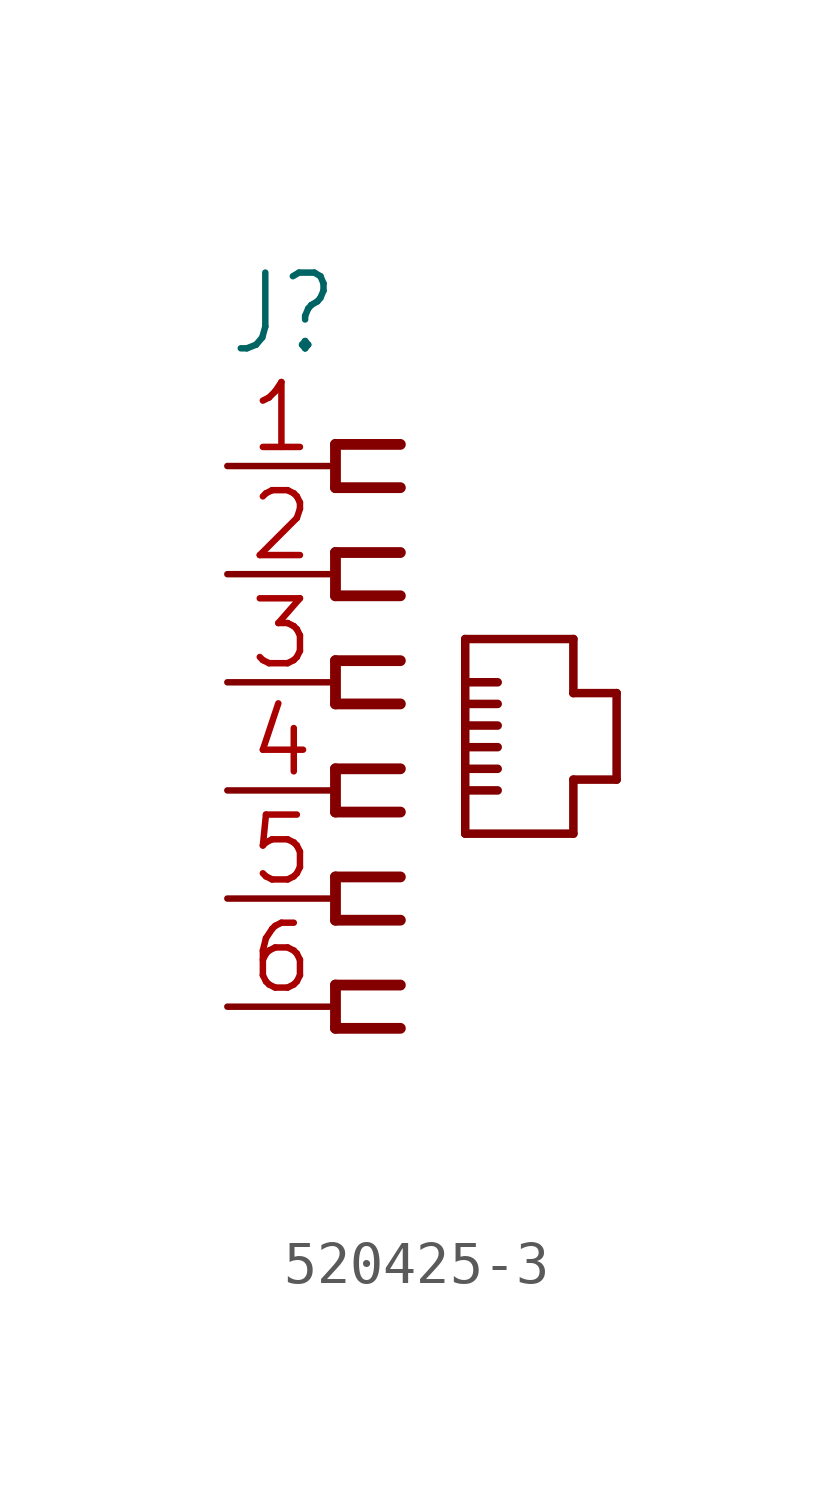
<source format=kicad_sym>
(kicad_symbol_lib
  (version 20241209)
  (generator "kicad_symbol_editor")
  (generator_version "9.0")
  (symbol "520425-3"
    (property "Reference" "J"
      (at -2.54 7.62 0)
      (effects (font (size 1.778 1.511)) (justify left bottom)))
    (property "Value" ""
      (at -2.54 -10.668 0)
      (effects (font (size 1.778 1.511)) (justify left bottom)))
    (property "ki_locked" ""
      (at 0 0 0)
      (effects (font (size 1.27 1.27))))
    (symbol "520425-3_1_0"
      (polyline (pts (xy 0 5.588) (xy 0 4.572)) (stroke (width 0.254) (type solid)) (fill (type none)))
      (polyline (pts (xy 0 4.572) (xy 1.524 4.572)) (stroke (width 0.254) (type solid)) (fill (type none)))
      (polyline (pts (xy 0 3.048) (xy 0 2.032)) (stroke (width 0.254) (type solid)) (fill (type none)))
      (polyline (pts (xy 0 2.032) (xy 1.524 2.032)) (stroke (width 0.254) (type solid)) (fill (type none)))
      (polyline (pts (xy 0 0.508) (xy 0 -0.508)) (stroke (width 0.254) (type solid)) (fill (type none)))
      (polyline (pts (xy 0 -0.508) (xy 1.524 -0.508)) (stroke (width 0.254) (type solid)) (fill (type none)))
      (polyline (pts (xy 0 -2.032) (xy 0 -3.048)) (stroke (width 0.254) (type solid)) (fill (type none)))
      (polyline (pts (xy 0 -3.048) (xy 1.524 -3.048)) (stroke (width 0.254) (type solid)) (fill (type none)))
      (polyline (pts (xy 0 -4.572) (xy 0 -5.588)) (stroke (width 0.254) (type solid)) (fill (type none)))
      (polyline (pts (xy 0 -5.588) (xy 1.524 -5.588)) (stroke (width 0.254) (type solid)) (fill (type none)))
      (polyline (pts (xy 0 -7.112) (xy 0 -8.128)) (stroke (width 0.254) (type solid)) (fill (type none)))
      (polyline (pts (xy 0 -8.128) (xy 1.524 -8.128)) (stroke (width 0.254) (type solid)) (fill (type none)))
      (polyline (pts (xy 1.524 5.588) (xy 0 5.588)) (stroke (width 0.254) (type solid)) (fill (type none)))
      (polyline (pts (xy 1.524 3.048) (xy 0 3.048)) (stroke (width 0.254) (type solid)) (fill (type none)))
      (polyline (pts (xy 1.524 0.508) (xy 0 0.508)) (stroke (width 0.254) (type solid)) (fill (type none)))
      (polyline (pts (xy 1.524 -2.032) (xy 0 -2.032)) (stroke (width 0.254) (type solid)) (fill (type none)))
      (polyline (pts (xy 1.524 -4.572) (xy 0 -4.572)) (stroke (width 0.254) (type solid)) (fill (type none)))
      (polyline (pts (xy 1.524 -7.112) (xy 0 -7.112)) (stroke (width 0.254) (type solid)) (fill (type none)))
      (polyline (pts (xy 3.048 1.016) (xy 3.048 0)) (stroke (width 0.2) (type solid)) (fill (type none)))
      (polyline (pts (xy 3.048 0) (xy 3.048 -0.508)) (stroke (width 0.2) (type solid)) (fill (type none)))
      (polyline (pts (xy 3.048 0) (xy 3.81 0)) (stroke (width 0.2) (type solid)) (fill (type none)))
      (polyline (pts (xy 3.048 -0.508) (xy 3.048 -1.016)) (stroke (width 0.2) (type solid)) (fill (type none)))
      (polyline (pts (xy 3.048 -0.508) (xy 3.81 -0.508)) (stroke (width 0.2) (type solid)) (fill (type none)))
      (polyline (pts (xy 3.048 -1.016) (xy 3.048 -1.524)) (stroke (width 0.2) (type solid)) (fill (type none)))
      (polyline (pts (xy 3.048 -1.016) (xy 3.81 -1.016)) (stroke (width 0.2) (type solid)) (fill (type none)))
      (polyline (pts (xy 3.048 -1.524) (xy 3.048 -2.032)) (stroke (width 0.2) (type solid)) (fill (type none)))
      (polyline (pts (xy 3.048 -1.524) (xy 3.81 -1.524)) (stroke (width 0.2) (type solid)) (fill (type none)))
      (polyline (pts (xy 3.048 -2.032) (xy 3.048 -2.54)) (stroke (width 0.2) (type solid)) (fill (type none)))
      (polyline (pts (xy 3.048 -2.032) (xy 3.81 -2.032)) (stroke (width 0.2) (type solid)) (fill (type none)))
      (polyline (pts (xy 3.048 -2.54) (xy 3.048 -3.556)) (stroke (width 0.2) (type solid)) (fill (type none)))
      (polyline (pts (xy 3.048 -2.54) (xy 3.81 -2.54)) (stroke (width 0.2) (type solid)) (fill (type none)))
      (polyline (pts (xy 3.048 -3.556) (xy 5.588 -3.556)) (stroke (width 0.2) (type solid)) (fill (type none)))
      (polyline (pts (xy 5.588 1.016) (xy 3.048 1.016)) (stroke (width 0.2) (type solid)) (fill (type none)))
      (polyline (pts (xy 5.588 -0.254) (xy 5.588 1.016)) (stroke (width 0.2) (type solid)) (fill (type none)))
      (polyline (pts (xy 5.588 -2.286) (xy 6.604 -2.286)) (stroke (width 0.2) (type solid)) (fill (type none)))
      (polyline (pts (xy 5.588 -3.556) (xy 5.588 -2.286)) (stroke (width 0.2) (type solid)) (fill (type none)))
      (polyline (pts (xy 6.604 -0.254) (xy 5.588 -0.254)) (stroke (width 0.2) (type solid)) (fill (type none)))
      (polyline (pts (xy 6.604 -2.286) (xy 6.604 -0.254)) (stroke (width 0.2) (type solid)) (fill (type none)))
      (pin passive line (at -2.54 5.08 0) (length 2.54) (name "1" (effects (font (size 0 0)))) (number "1" (effects (font (size 1.524 1.524)))))
      (pin passive line (at -2.54 2.54 0) (length 2.54) (name "2" (effects (font (size 0 0)))) (number "2" (effects (font (size 1.524 1.524)))))
      (pin passive line (at -2.54 0 0) (length 2.54) (name "3" (effects (font (size 0 0)))) (number "3" (effects (font (size 1.524 1.524)))))
      (pin passive line (at -2.54 -2.54 0) (length 2.54) (name "4" (effects (font (size 0 0)))) (number "4" (effects (font (size 1.524 1.524)))))
      (pin passive line (at -2.54 -5.08 0) (length 2.54) (name "5" (effects (font (size 0 0)))) (number "5" (effects (font (size 1.524 1.524)))))
      (pin passive line (at -2.54 -7.62 0) (length 2.54) (name "6" (effects (font (size 0 0)))) (number "6" (effects (font (size 1.524 1.524))))))))
</source>
